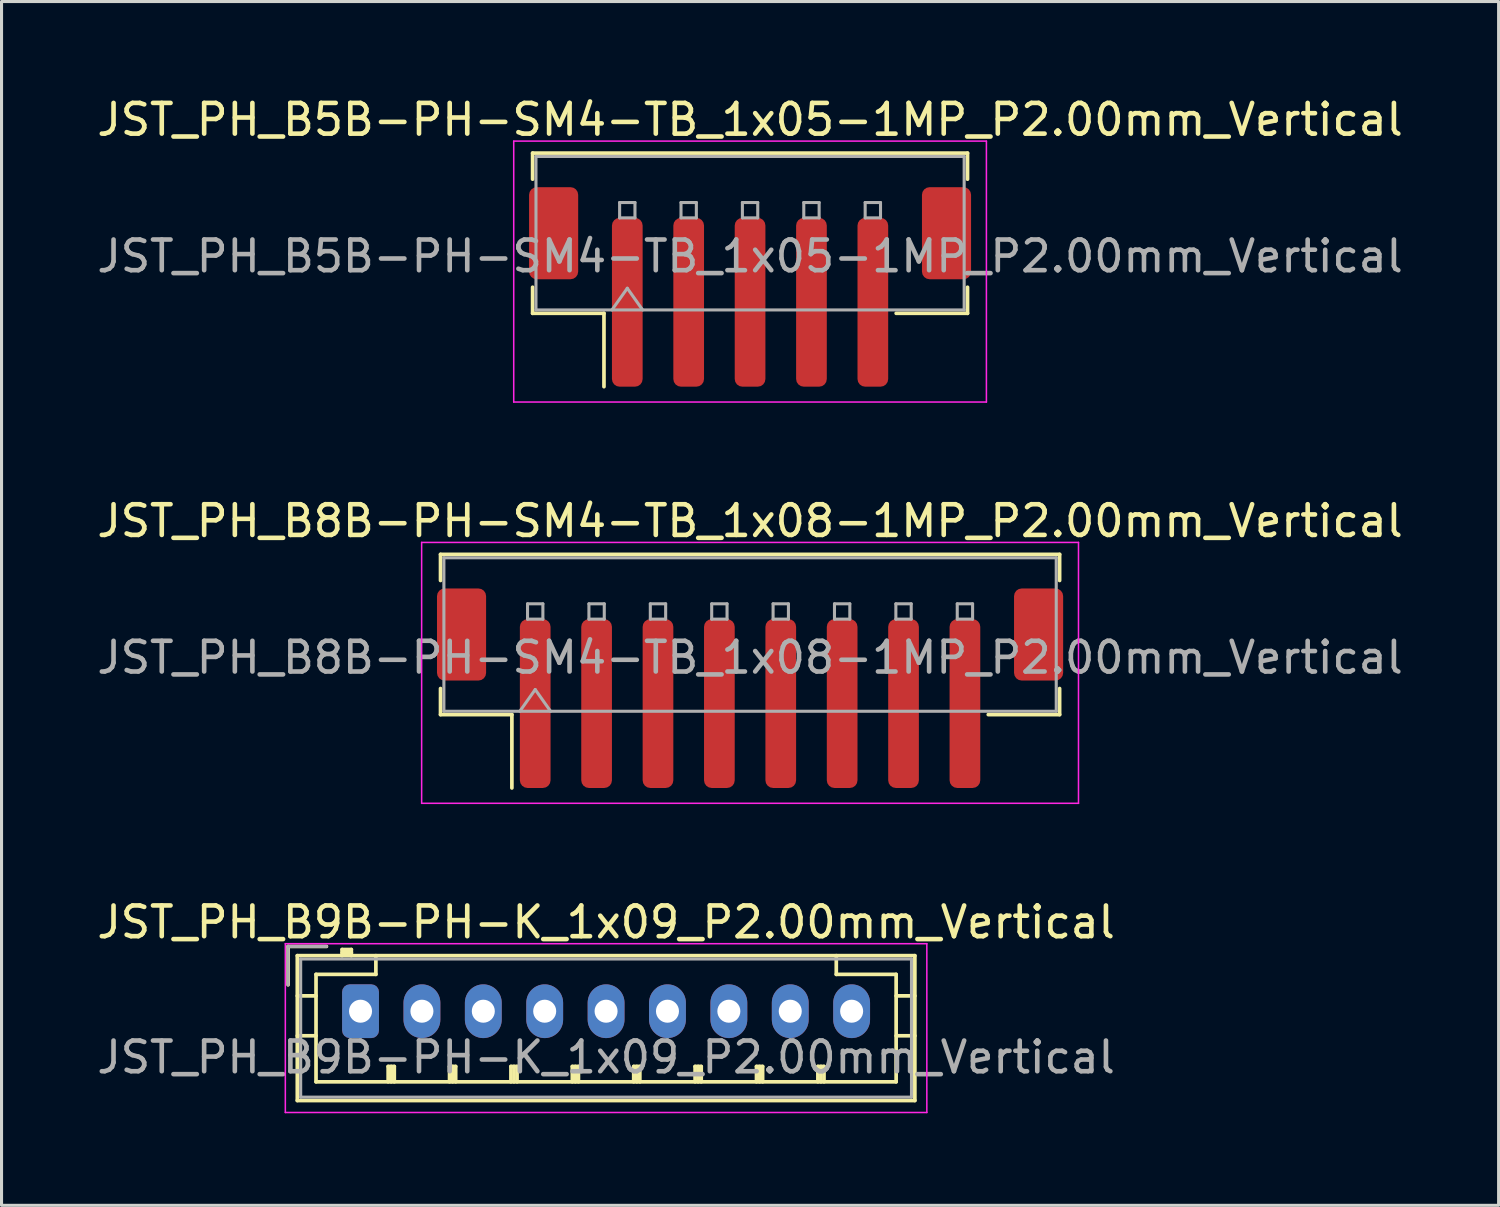
<source format=kicad_pcb>
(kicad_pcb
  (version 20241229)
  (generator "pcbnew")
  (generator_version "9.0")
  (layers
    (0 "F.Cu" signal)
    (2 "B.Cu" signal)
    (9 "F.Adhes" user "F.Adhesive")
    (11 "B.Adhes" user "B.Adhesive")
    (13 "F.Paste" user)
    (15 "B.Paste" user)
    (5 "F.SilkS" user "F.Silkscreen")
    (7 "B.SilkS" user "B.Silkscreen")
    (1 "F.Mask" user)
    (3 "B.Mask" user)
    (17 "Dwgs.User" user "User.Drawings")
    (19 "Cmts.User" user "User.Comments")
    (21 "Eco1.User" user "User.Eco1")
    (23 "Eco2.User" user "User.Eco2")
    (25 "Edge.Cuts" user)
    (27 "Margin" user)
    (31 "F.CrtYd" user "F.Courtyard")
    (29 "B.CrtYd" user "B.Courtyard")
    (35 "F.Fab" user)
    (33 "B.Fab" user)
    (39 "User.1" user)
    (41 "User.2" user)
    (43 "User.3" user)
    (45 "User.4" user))
  (footprint "JST_PH_B8B-PH-SM4-TB_1x08-1MP_P2.00mm_Vertical"
    (layer "F.Cu")
    (at 21.387 19.372)
    (property "Reference" "JST_PH_B8B-PH-SM4-TB_1x08-1MP_P2.00mm_Vertical" (at 0 -5.45 0) (layer "F.SilkS") (effects (font (size 1 1) (thickness 0.15))))
    (attr smd)
    (fp_line (start -10.085 -4.36) (end 10.085 -4.36) (stroke (width 0.12) (type solid)) (layer "F.SilkS"))
    (fp_line (start -10.085 -3.51) (end -10.085 -4.36) (stroke (width 0.12) (type solid)) (layer "F.SilkS"))
    (fp_line (start -10.085 0.01) (end -10.085 0.86) (stroke (width 0.12) (type solid)) (layer "F.SilkS"))
    (fp_line (start -10.085 0.86) (end -7.76 0.86) (stroke (width 0.12) (type solid)) (layer "F.SilkS"))
    (fp_line (start -7.76 0.86) (end -7.76 3.25) (stroke (width 0.12) (type solid)) (layer "F.SilkS"))
    (fp_line (start 10.085 -4.36) (end 10.085 -3.51) (stroke (width 0.12) (type solid)) (layer "F.SilkS"))
    (fp_line (start 10.085 0.01) (end 10.085 0.86) (stroke (width 0.12) (type solid)) (layer "F.SilkS"))
    (fp_line (start 10.085 0.86) (end 7.76 0.86) (stroke (width 0.12) (type solid)) (layer "F.SilkS"))
    (fp_line (start -10.7 -4.75) (end -10.7 3.75) (stroke (width 0.05) (type solid)) (layer "F.CrtYd"))
    (fp_line (start -10.7 3.75) (end 10.7 3.75) (stroke (width 0.05) (type solid)) (layer "F.CrtYd"))
    (fp_line (start 10.7 -4.75) (end -10.7 -4.75) (stroke (width 0.05) (type solid)) (layer "F.CrtYd"))
    (fp_line (start 10.7 3.75) (end 10.7 -4.75) (stroke (width 0.05) (type solid)) (layer "F.CrtYd"))
    (fp_line (start -9.975 -4.25) (end 9.975 -4.25) (stroke (width 0.1) (type solid)) (layer "F.Fab"))
    (fp_line (start -9.975 0.75) (end -9.975 -4.25) (stroke (width 0.1) (type solid)) (layer "F.Fab"))
    (fp_line (start -9.975 0.75) (end 9.975 0.75) (stroke (width 0.1) (type solid)) (layer "F.Fab"))
    (fp_line (start -7.5 0.75) (end -7 0.043) (stroke (width 0.1) (type solid)) (layer "F.Fab"))
    (fp_line (start -7.25 -2.75) (end -7.25 -2.25) (stroke (width 0.1) (type solid)) (layer "F.Fab"))
    (fp_line (start -7.25 -2.25) (end -6.75 -2.25) (stroke (width 0.1) (type solid)) (layer "F.Fab"))
    (fp_line (start -7 0.043) (end -6.5 0.75) (stroke (width 0.1) (type solid)) (layer "F.Fab"))
    (fp_line (start -6.75 -2.75) (end -7.25 -2.75) (stroke (width 0.1) (type solid)) (layer "F.Fab"))
    (fp_line (start -6.75 -2.25) (end -6.75 -2.75) (stroke (width 0.1) (type solid)) (layer "F.Fab"))
    (fp_line (start -5.25 -2.75) (end -5.25 -2.25) (stroke (width 0.1) (type solid)) (layer "F.Fab"))
    (fp_line (start -5.25 -2.25) (end -4.75 -2.25) (stroke (width 0.1) (type solid)) (layer "F.Fab"))
    (fp_line (start -4.75 -2.75) (end -5.25 -2.75) (stroke (width 0.1) (type solid)) (layer "F.Fab"))
    (fp_line (start -4.75 -2.25) (end -4.75 -2.75) (stroke (width 0.1) (type solid)) (layer "F.Fab"))
    (fp_line (start -3.25 -2.75) (end -3.25 -2.25) (stroke (width 0.1) (type solid)) (layer "F.Fab"))
    (fp_line (start -3.25 -2.25) (end -2.75 -2.25) (stroke (width 0.1) (type solid)) (layer "F.Fab"))
    (fp_line (start -2.75 -2.75) (end -3.25 -2.75) (stroke (width 0.1) (type solid)) (layer "F.Fab"))
    (fp_line (start -2.75 -2.25) (end -2.75 -2.75) (stroke (width 0.1) (type solid)) (layer "F.Fab"))
    (fp_line (start -1.25 -2.75) (end -1.25 -2.25) (stroke (width 0.1) (type solid)) (layer "F.Fab"))
    (fp_line (start -1.25 -2.25) (end -0.75 -2.25) (stroke (width 0.1) (type solid)) (layer "F.Fab"))
    (fp_line (start -0.75 -2.75) (end -1.25 -2.75) (stroke (width 0.1) (type solid)) (layer "F.Fab"))
    (fp_line (start -0.75 -2.25) (end -0.75 -2.75) (stroke (width 0.1) (type solid)) (layer "F.Fab"))
    (fp_line (start 0.75 -2.75) (end 0.75 -2.25) (stroke (width 0.1) (type solid)) (layer "F.Fab"))
    (fp_line (start 0.75 -2.25) (end 1.25 -2.25) (stroke (width 0.1) (type solid)) (layer "F.Fab"))
    (fp_line (start 1.25 -2.75) (end 0.75 -2.75) (stroke (width 0.1) (type solid)) (layer "F.Fab"))
    (fp_line (start 1.25 -2.25) (end 1.25 -2.75) (stroke (width 0.1) (type solid)) (layer "F.Fab"))
    (fp_line (start 2.75 -2.75) (end 2.75 -2.25) (stroke (width 0.1) (type solid)) (layer "F.Fab"))
    (fp_line (start 2.75 -2.25) (end 3.25 -2.25) (stroke (width 0.1) (type solid)) (layer "F.Fab"))
    (fp_line (start 3.25 -2.75) (end 2.75 -2.75) (stroke (width 0.1) (type solid)) (layer "F.Fab"))
    (fp_line (start 3.25 -2.25) (end 3.25 -2.75) (stroke (width 0.1) (type solid)) (layer "F.Fab"))
    (fp_line (start 4.75 -2.75) (end 4.75 -2.25) (stroke (width 0.1) (type solid)) (layer "F.Fab"))
    (fp_line (start 4.75 -2.25) (end 5.25 -2.25) (stroke (width 0.1) (type solid)) (layer "F.Fab"))
    (fp_line (start 5.25 -2.75) (end 4.75 -2.75) (stroke (width 0.1) (type solid)) (layer "F.Fab"))
    (fp_line (start 5.25 -2.25) (end 5.25 -2.75) (stroke (width 0.1) (type solid)) (layer "F.Fab"))
    (fp_line (start 6.75 -2.75) (end 6.75 -2.25) (stroke (width 0.1) (type solid)) (layer "F.Fab"))
    (fp_line (start 6.75 -2.25) (end 7.25 -2.25) (stroke (width 0.1) (type solid)) (layer "F.Fab"))
    (fp_line (start 7.25 -2.75) (end 6.75 -2.75) (stroke (width 0.1) (type solid)) (layer "F.Fab"))
    (fp_line (start 7.25 -2.25) (end 7.25 -2.75) (stroke (width 0.1) (type solid)) (layer "F.Fab"))
    (fp_line (start 9.975 0.75) (end 9.975 -4.25) (stroke (width 0.1) (type solid)) (layer "F.Fab"))
    (fp_text user "${REFERENCE}" (at 0 -1 0) (layer "F.Fab") (effects (font (size 1 1) (thickness 0.15))))
    (pad "1" smd roundrect (at -7 0.5) (size 1 5.5) (layers "F.Cu" "F.Mask" "F.Paste") (roundrect_rratio 0.25))
    (pad "2" smd roundrect (at -5 0.5) (size 1 5.5) (layers "F.Cu" "F.Mask" "F.Paste") (roundrect_rratio 0.25))
    (pad "3" smd roundrect (at -3 0.5) (size 1 5.5) (layers "F.Cu" "F.Mask" "F.Paste") (roundrect_rratio 0.25))
    (pad "4" smd roundrect (at -1 0.5) (size 1 5.5) (layers "F.Cu" "F.Mask" "F.Paste") (roundrect_rratio 0.25))
    (pad "5" smd roundrect (at 1 0.5) (size 1 5.5) (layers "F.Cu" "F.Mask" "F.Paste") (roundrect_rratio 0.25))
    (pad "6" smd roundrect (at 3 0.5) (size 1 5.5) (layers "F.Cu" "F.Mask" "F.Paste") (roundrect_rratio 0.25))
    (pad "7" smd roundrect (at 5 0.5) (size 1 5.5) (layers "F.Cu" "F.Mask" "F.Paste") (roundrect_rratio 0.25))
    (pad "8" smd roundrect (at 7 0.5) (size 1 5.5) (layers "F.Cu" "F.Mask" "F.Paste") (roundrect_rratio 0.25))
    (pad "MP" smd roundrect (at -9.4 -1.75) (size 1.6 3) (layers "F.Cu" "F.Mask" "F.Paste") (roundrect_rratio 0.156))
    (pad "MP" smd roundrect (at 9.4 -1.75) (size 1.6 3) (layers "F.Cu" "F.Mask" "F.Paste") (roundrect_rratio 0.156)))
  (footprint "JST_PH_B9B-PH-K_1x09_P2.00mm_Vertical"
    (layer "F.Cu")
    (at 8.696 29.895)
    (property "Reference" "JST_PH_B9B-PH-K_1x09_P2.00mm_Vertical" (at 8 -2.9 0) (layer "F.SilkS") (effects (font (size 1 1) (thickness 0.15))))
    (attr through_hole)
    (fp_line (start -2.36 -2.11) (end -2.36 -0.86) (stroke (width 0.12) (type solid)) (layer "F.SilkS"))
    (fp_line (start -2.06 -1.81) (end -2.06 2.91) (stroke (width 0.12) (type solid)) (layer "F.SilkS"))
    (fp_line (start -2.06 -0.5) (end -1.45 -0.5) (stroke (width 0.12) (type solid)) (layer "F.SilkS"))
    (fp_line (start -2.06 0.8) (end -1.45 0.8) (stroke (width 0.12) (type solid)) (layer "F.SilkS"))
    (fp_line (start -2.06 2.91) (end 18.06 2.91) (stroke (width 0.12) (type solid)) (layer "F.SilkS"))
    (fp_line (start -1.45 -1.2) (end -1.45 2.3) (stroke (width 0.12) (type solid)) (layer "F.SilkS"))
    (fp_line (start -1.45 2.3) (end 17.45 2.3) (stroke (width 0.12) (type solid)) (layer "F.SilkS"))
    (fp_line (start -1.11 -2.11) (end -2.36 -2.11) (stroke (width 0.12) (type solid)) (layer "F.SilkS"))
    (fp_line (start -0.6 -2.01) (end -0.6 -1.81) (stroke (width 0.12) (type solid)) (layer "F.SilkS"))
    (fp_line (start -0.3 -2.01) (end -0.6 -2.01) (stroke (width 0.12) (type solid)) (layer "F.SilkS"))
    (fp_line (start -0.3 -1.91) (end -0.6 -1.91) (stroke (width 0.12) (type solid)) (layer "F.SilkS"))
    (fp_line (start -0.3 -1.81) (end -0.3 -2.01) (stroke (width 0.12) (type solid)) (layer "F.SilkS"))
    (fp_line (start 0.5 -1.81) (end 0.5 -1.2) (stroke (width 0.12) (type solid)) (layer "F.SilkS"))
    (fp_line (start 0.5 -1.2) (end -1.45 -1.2) (stroke (width 0.12) (type solid)) (layer "F.SilkS"))
    (fp_line (start 0.9 1.8) (end 1.1 1.8) (stroke (width 0.12) (type solid)) (layer "F.SilkS"))
    (fp_line (start 0.9 2.3) (end 0.9 1.8) (stroke (width 0.12) (type solid)) (layer "F.SilkS"))
    (fp_line (start 1 2.3) (end 1 1.8) (stroke (width 0.12) (type solid)) (layer "F.SilkS"))
    (fp_line (start 1.1 1.8) (end 1.1 2.3) (stroke (width 0.12) (type solid)) (layer "F.SilkS"))
    (fp_line (start 2.9 1.8) (end 3.1 1.8) (stroke (width 0.12) (type solid)) (layer "F.SilkS"))
    (fp_line (start 2.9 2.3) (end 2.9 1.8) (stroke (width 0.12) (type solid)) (layer "F.SilkS"))
    (fp_line (start 3 2.3) (end 3 1.8) (stroke (width 0.12) (type solid)) (layer "F.SilkS"))
    (fp_line (start 3.1 1.8) (end 3.1 2.3) (stroke (width 0.12) (type solid)) (layer "F.SilkS"))
    (fp_line (start 4.9 1.8) (end 5.1 1.8) (stroke (width 0.12) (type solid)) (layer "F.SilkS"))
    (fp_line (start 4.9 2.3) (end 4.9 1.8) (stroke (width 0.12) (type solid)) (layer "F.SilkS"))
    (fp_line (start 5 2.3) (end 5 1.8) (stroke (width 0.12) (type solid)) (layer "F.SilkS"))
    (fp_line (start 5.1 1.8) (end 5.1 2.3) (stroke (width 0.12) (type solid)) (layer "F.SilkS"))
    (fp_line (start 6.9 1.8) (end 7.1 1.8) (stroke (width 0.12) (type solid)) (layer "F.SilkS"))
    (fp_line (start 6.9 2.3) (end 6.9 1.8) (stroke (width 0.12) (type solid)) (layer "F.SilkS"))
    (fp_line (start 7 2.3) (end 7 1.8) (stroke (width 0.12) (type solid)) (layer "F.SilkS"))
    (fp_line (start 7.1 1.8) (end 7.1 2.3) (stroke (width 0.12) (type solid)) (layer "F.SilkS"))
    (fp_line (start 8.9 1.8) (end 9.1 1.8) (stroke (width 0.12) (type solid)) (layer "F.SilkS"))
    (fp_line (start 8.9 2.3) (end 8.9 1.8) (stroke (width 0.12) (type solid)) (layer "F.SilkS"))
    (fp_line (start 9 2.3) (end 9 1.8) (stroke (width 0.12) (type solid)) (layer "F.SilkS"))
    (fp_line (start 9.1 1.8) (end 9.1 2.3) (stroke (width 0.12) (type solid)) (layer "F.SilkS"))
    (fp_line (start 10.9 1.8) (end 11.1 1.8) (stroke (width 0.12) (type solid)) (layer "F.SilkS"))
    (fp_line (start 10.9 2.3) (end 10.9 1.8) (stroke (width 0.12) (type solid)) (layer "F.SilkS"))
    (fp_line (start 11 2.3) (end 11 1.8) (stroke (width 0.12) (type solid)) (layer "F.SilkS"))
    (fp_line (start 11.1 1.8) (end 11.1 2.3) (stroke (width 0.12) (type solid)) (layer "F.SilkS"))
    (fp_line (start 12.9 1.8) (end 13.1 1.8) (stroke (width 0.12) (type solid)) (layer "F.SilkS"))
    (fp_line (start 12.9 2.3) (end 12.9 1.8) (stroke (width 0.12) (type solid)) (layer "F.SilkS"))
    (fp_line (start 13 2.3) (end 13 1.8) (stroke (width 0.12) (type solid)) (layer "F.SilkS"))
    (fp_line (start 13.1 1.8) (end 13.1 2.3) (stroke (width 0.12) (type solid)) (layer "F.SilkS"))
    (fp_line (start 14.9 1.8) (end 15.1 1.8) (stroke (width 0.12) (type solid)) (layer "F.SilkS"))
    (fp_line (start 14.9 2.3) (end 14.9 1.8) (stroke (width 0.12) (type solid)) (layer "F.SilkS"))
    (fp_line (start 15 2.3) (end 15 1.8) (stroke (width 0.12) (type solid)) (layer "F.SilkS"))
    (fp_line (start 15.1 1.8) (end 15.1 2.3) (stroke (width 0.12) (type solid)) (layer "F.SilkS"))
    (fp_line (start 15.5 -1.2) (end 15.5 -1.81) (stroke (width 0.12) (type solid)) (layer "F.SilkS"))
    (fp_line (start 17.45 -1.2) (end 15.5 -1.2) (stroke (width 0.12) (type solid)) (layer "F.SilkS"))
    (fp_line (start 17.45 2.3) (end 17.45 -1.2) (stroke (width 0.12) (type solid)) (layer "F.SilkS"))
    (fp_line (start 18.06 -1.81) (end -2.06 -1.81) (stroke (width 0.12) (type solid)) (layer "F.SilkS"))
    (fp_line (start 18.06 -0.5) (end 17.45 -0.5) (stroke (width 0.12) (type solid)) (layer "F.SilkS"))
    (fp_line (start 18.06 0.8) (end 17.45 0.8) (stroke (width 0.12) (type solid)) (layer "F.SilkS"))
    (fp_line (start 18.06 2.91) (end 18.06 -1.81) (stroke (width 0.12) (type solid)) (layer "F.SilkS"))
    (fp_line (start -2.45 -2.2) (end -2.45 3.3) (stroke (width 0.05) (type solid)) (layer "F.CrtYd"))
    (fp_line (start -2.45 3.3) (end 18.45 3.3) (stroke (width 0.05) (type solid)) (layer "F.CrtYd"))
    (fp_line (start 18.45 -2.2) (end -2.45 -2.2) (stroke (width 0.05) (type solid)) (layer "F.CrtYd"))
    (fp_line (start 18.45 3.3) (end 18.45 -2.2) (stroke (width 0.05) (type solid)) (layer "F.CrtYd"))
    (fp_line (start -2.36 -2.11) (end -2.36 -0.86) (stroke (width 0.1) (type solid)) (layer "F.Fab"))
    (fp_line (start -1.95 -1.7) (end -1.95 2.8) (stroke (width 0.1) (type solid)) (layer "F.Fab"))
    (fp_line (start -1.95 2.8) (end 17.95 2.8) (stroke (width 0.1) (type solid)) (layer "F.Fab"))
    (fp_line (start -1.11 -2.11) (end -2.36 -2.11) (stroke (width 0.1) (type solid)) (layer "F.Fab"))
    (fp_line (start 17.95 -1.7) (end -1.95 -1.7) (stroke (width 0.1) (type solid)) (layer "F.Fab"))
    (fp_line (start 17.95 2.8) (end 17.95 -1.7) (stroke (width 0.1) (type solid)) (layer "F.Fab"))
    (fp_text user "${REFERENCE}" (at 8 1.5 0) (layer "F.Fab") (effects (font (size 1 1) (thickness 0.15))))
    (pad "1" thru_hole roundrect (at 0 0) (size 1.2 1.75) (drill 0.75) (layers "*.Cu" "*.Mask") (roundrect_rratio 0.208))
    (pad "2" thru_hole oval (at 2 0) (size 1.2 1.75) (drill 0.75) (layers "*.Cu" "*.Mask"))
    (pad "3" thru_hole oval (at 4 0) (size 1.2 1.75) (drill 0.75) (layers "*.Cu" "*.Mask"))
    (pad "4" thru_hole oval (at 6 0) (size 1.2 1.75) (drill 0.75) (layers "*.Cu" "*.Mask"))
    (pad "5" thru_hole oval (at 8 0) (size 1.2 1.75) (drill 0.75) (layers "*.Cu" "*.Mask"))
    (pad "6" thru_hole oval (at 10 0) (size 1.2 1.75) (drill 0.75) (layers "*.Cu" "*.Mask"))
    (pad "7" thru_hole oval (at 12 0) (size 1.2 1.75) (drill 0.75) (layers "*.Cu" "*.Mask"))
    (pad "8" thru_hole oval (at 14 0) (size 1.2 1.75) (drill 0.75) (layers "*.Cu" "*.Mask"))
    (pad "9" thru_hole oval (at 16 0) (size 1.2 1.75) (drill 0.75) (layers "*.Cu" "*.Mask")))
  (footprint "JST_PH_B5B-PH-SM4-TB_1x05-1MP_P2.00mm_Vertical"
    (layer "F.Cu")
    (at 21.387 6.298)
    (property "Reference" "JST_PH_B5B-PH-SM4-TB_1x05-1MP_P2.00mm_Vertical" (at 0 -5.45 0) (layer "F.SilkS") (effects (font (size 1 1) (thickness 0.15))))
    (attr smd)
    (fp_line (start -7.085 -4.36) (end 7.085 -4.36) (stroke (width 0.12) (type solid)) (layer "F.SilkS"))
    (fp_line (start -7.085 -3.51) (end -7.085 -4.36) (stroke (width 0.12) (type solid)) (layer "F.SilkS"))
    (fp_line (start -7.085 0.01) (end -7.085 0.86) (stroke (width 0.12) (type solid)) (layer "F.SilkS"))
    (fp_line (start -7.085 0.86) (end -4.76 0.86) (stroke (width 0.12) (type solid)) (layer "F.SilkS"))
    (fp_line (start -4.76 0.86) (end -4.76 3.25) (stroke (width 0.12) (type solid)) (layer "F.SilkS"))
    (fp_line (start 7.085 -4.36) (end 7.085 -3.51) (stroke (width 0.12) (type solid)) (layer "F.SilkS"))
    (fp_line (start 7.085 0.01) (end 7.085 0.86) (stroke (width 0.12) (type solid)) (layer "F.SilkS"))
    (fp_line (start 7.085 0.86) (end 4.76 0.86) (stroke (width 0.12) (type solid)) (layer "F.SilkS"))
    (fp_line (start -7.7 -4.75) (end -7.7 3.75) (stroke (width 0.05) (type solid)) (layer "F.CrtYd"))
    (fp_line (start -7.7 3.75) (end 7.7 3.75) (stroke (width 0.05) (type solid)) (layer "F.CrtYd"))
    (fp_line (start 7.7 -4.75) (end -7.7 -4.75) (stroke (width 0.05) (type solid)) (layer "F.CrtYd"))
    (fp_line (start 7.7 3.75) (end 7.7 -4.75) (stroke (width 0.05) (type solid)) (layer "F.CrtYd"))
    (fp_line (start -6.975 -4.25) (end 6.975 -4.25) (stroke (width 0.1) (type solid)) (layer "F.Fab"))
    (fp_line (start -6.975 0.75) (end -6.975 -4.25) (stroke (width 0.1) (type solid)) (layer "F.Fab"))
    (fp_line (start -6.975 0.75) (end 6.975 0.75) (stroke (width 0.1) (type solid)) (layer "F.Fab"))
    (fp_line (start -4.5 0.75) (end -4 0.043) (stroke (width 0.1) (type solid)) (layer "F.Fab"))
    (fp_line (start -4.25 -2.75) (end -4.25 -2.25) (stroke (width 0.1) (type solid)) (layer "F.Fab"))
    (fp_line (start -4.25 -2.25) (end -3.75 -2.25) (stroke (width 0.1) (type solid)) (layer "F.Fab"))
    (fp_line (start -4 0.043) (end -3.5 0.75) (stroke (width 0.1) (type solid)) (layer "F.Fab"))
    (fp_line (start -3.75 -2.75) (end -4.25 -2.75) (stroke (width 0.1) (type solid)) (layer "F.Fab"))
    (fp_line (start -3.75 -2.25) (end -3.75 -2.75) (stroke (width 0.1) (type solid)) (layer "F.Fab"))
    (fp_line (start -2.25 -2.75) (end -2.25 -2.25) (stroke (width 0.1) (type solid)) (layer "F.Fab"))
    (fp_line (start -2.25 -2.25) (end -1.75 -2.25) (stroke (width 0.1) (type solid)) (layer "F.Fab"))
    (fp_line (start -1.75 -2.75) (end -2.25 -2.75) (stroke (width 0.1) (type solid)) (layer "F.Fab"))
    (fp_line (start -1.75 -2.25) (end -1.75 -2.75) (stroke (width 0.1) (type solid)) (layer "F.Fab"))
    (fp_line (start -0.25 -2.75) (end -0.25 -2.25) (stroke (width 0.1) (type solid)) (layer "F.Fab"))
    (fp_line (start -0.25 -2.25) (end 0.25 -2.25) (stroke (width 0.1) (type solid)) (layer "F.Fab"))
    (fp_line (start 0.25 -2.75) (end -0.25 -2.75) (stroke (width 0.1) (type solid)) (layer "F.Fab"))
    (fp_line (start 0.25 -2.25) (end 0.25 -2.75) (stroke (width 0.1) (type solid)) (layer "F.Fab"))
    (fp_line (start 1.75 -2.75) (end 1.75 -2.25) (stroke (width 0.1) (type solid)) (layer "F.Fab"))
    (fp_line (start 1.75 -2.25) (end 2.25 -2.25) (stroke (width 0.1) (type solid)) (layer "F.Fab"))
    (fp_line (start 2.25 -2.75) (end 1.75 -2.75) (stroke (width 0.1) (type solid)) (layer "F.Fab"))
    (fp_line (start 2.25 -2.25) (end 2.25 -2.75) (stroke (width 0.1) (type solid)) (layer "F.Fab"))
    (fp_line (start 3.75 -2.75) (end 3.75 -2.25) (stroke (width 0.1) (type solid)) (layer "F.Fab"))
    (fp_line (start 3.75 -2.25) (end 4.25 -2.25) (stroke (width 0.1) (type solid)) (layer "F.Fab"))
    (fp_line (start 4.25 -2.75) (end 3.75 -2.75) (stroke (width 0.1) (type solid)) (layer "F.Fab"))
    (fp_line (start 4.25 -2.25) (end 4.25 -2.75) (stroke (width 0.1) (type solid)) (layer "F.Fab"))
    (fp_line (start 6.975 0.75) (end 6.975 -4.25) (stroke (width 0.1) (type solid)) (layer "F.Fab"))
    (fp_text user "${REFERENCE}" (at 0 -1 0) (layer "F.Fab") (effects (font (size 1 1) (thickness 0.15))))
    (pad "1" smd roundrect (at -4 0.5) (size 1 5.5) (layers "F.Cu" "F.Mask" "F.Paste") (roundrect_rratio 0.25))
    (pad "2" smd roundrect (at -2 0.5) (size 1 5.5) (layers "F.Cu" "F.Mask" "F.Paste") (roundrect_rratio 0.25))
    (pad "3" smd roundrect (at 0 0.5) (size 1 5.5) (layers "F.Cu" "F.Mask" "F.Paste") (roundrect_rratio 0.25))
    (pad "4" smd roundrect (at 2 0.5) (size 1 5.5) (layers "F.Cu" "F.Mask" "F.Paste") (roundrect_rratio 0.25))
    (pad "5" smd roundrect (at 4 0.5) (size 1 5.5) (layers "F.Cu" "F.Mask" "F.Paste") (roundrect_rratio 0.25))
    (pad "MP" smd roundrect (at -6.4 -1.75) (size 1.6 3) (layers "F.Cu" "F.Mask" "F.Paste") (roundrect_rratio 0.156))
    (pad "MP" smd roundrect (at 6.4 -1.75) (size 1.6 3) (layers "F.Cu" "F.Mask" "F.Paste") (roundrect_rratio 0.156)))
  (gr_rect
    (start -3 -3)
    (end 45.774 36.22)
    (stroke (width 0.1) (type default))
    (fill no)
    (layer "Edge.Cuts")))
</source>
